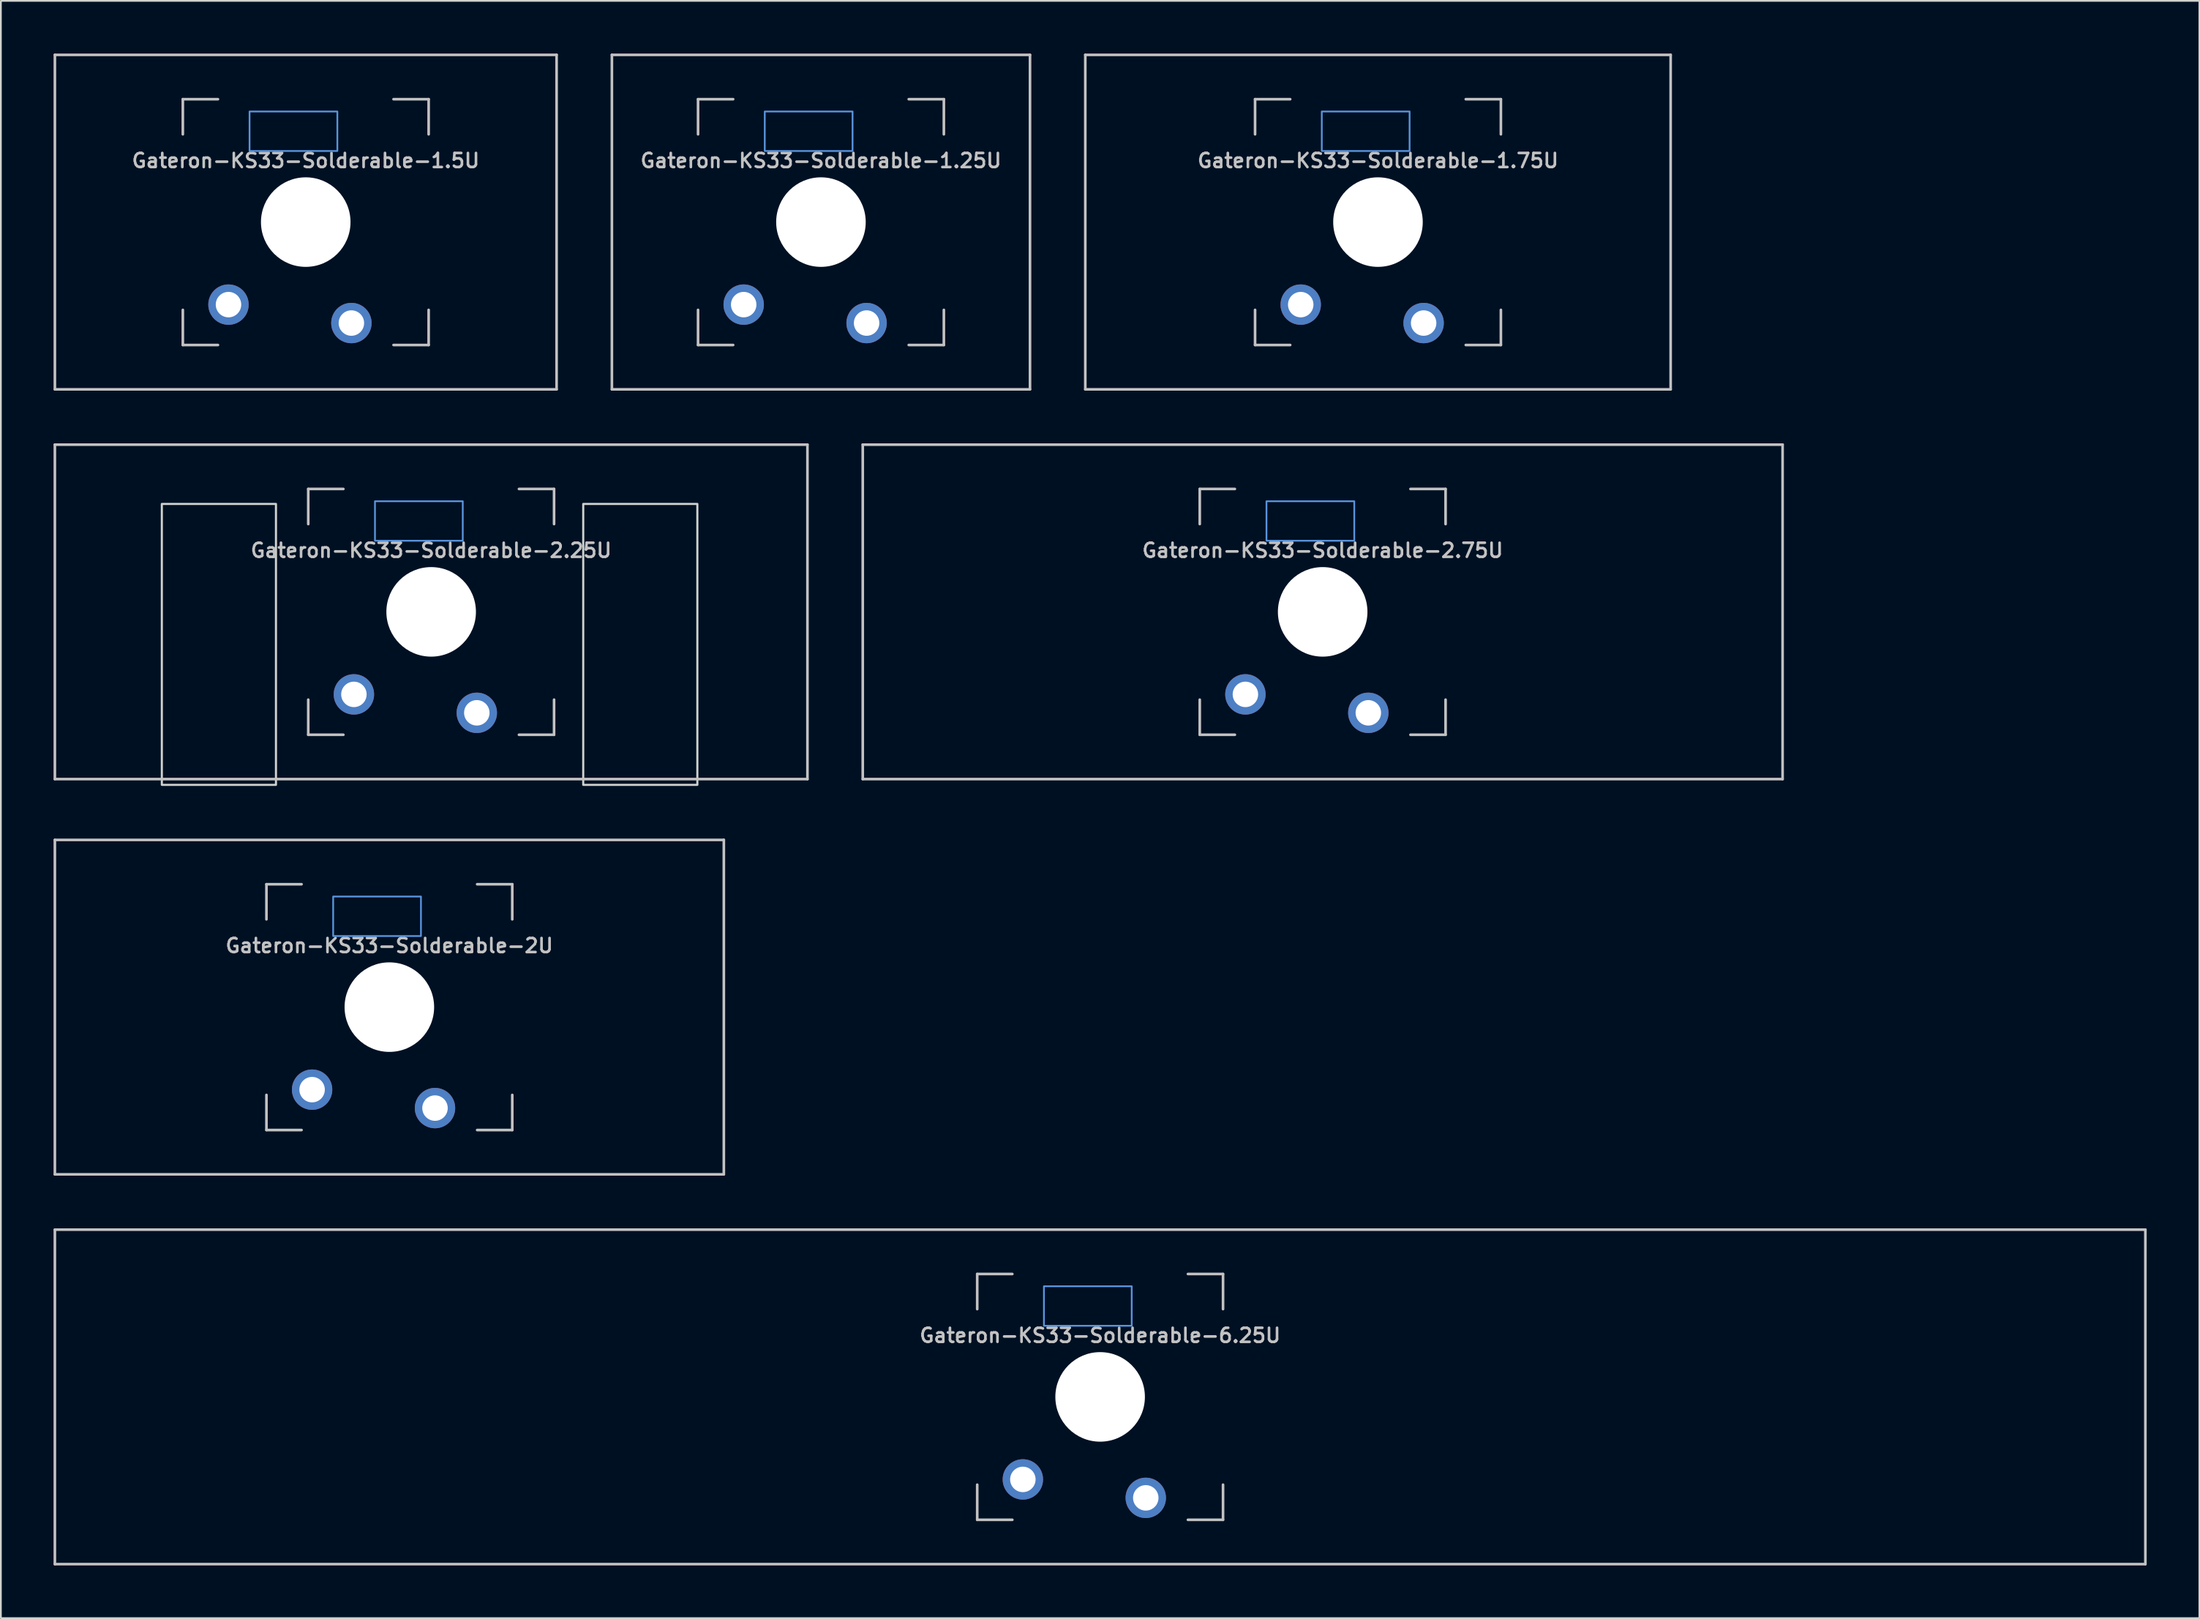
<source format=kicad_pcb>
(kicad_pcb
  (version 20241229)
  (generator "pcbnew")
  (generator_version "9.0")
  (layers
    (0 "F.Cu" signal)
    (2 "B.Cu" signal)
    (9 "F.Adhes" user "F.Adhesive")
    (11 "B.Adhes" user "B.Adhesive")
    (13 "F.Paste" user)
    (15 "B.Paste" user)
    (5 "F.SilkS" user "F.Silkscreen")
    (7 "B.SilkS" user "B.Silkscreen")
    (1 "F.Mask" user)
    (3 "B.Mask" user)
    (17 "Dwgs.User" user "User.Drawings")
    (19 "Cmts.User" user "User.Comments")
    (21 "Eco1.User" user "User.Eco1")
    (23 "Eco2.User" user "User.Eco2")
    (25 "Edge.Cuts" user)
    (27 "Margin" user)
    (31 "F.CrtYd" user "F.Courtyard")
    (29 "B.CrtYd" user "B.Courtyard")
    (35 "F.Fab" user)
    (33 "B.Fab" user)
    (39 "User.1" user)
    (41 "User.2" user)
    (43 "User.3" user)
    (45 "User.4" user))
  (footprint "Gateron-KS33-Solderable-1.5U"
    (layer "F.Cu")
    (at 14.363 9.6)
    (property "Reference" "Gateron-KS33-Solderable-1.5U" (at 0 -3.5 0) (layer "Dwgs.User") (effects (font (size 0.8 0.8) (thickness 0.15))))
    (attr through_hole)
    (fp_line (start -14.287 9.525) (end -14.287 -9.525) (stroke (width 0.15) (type solid)) (layer "Dwgs.User"))
    (fp_line (start -7 -7) (end -7 -5) (stroke (width 0.15) (type solid)) (layer "Dwgs.User"))
    (fp_line (start -7 5) (end -7 7) (stroke (width 0.15) (type solid)) (layer "Dwgs.User"))
    (fp_line (start -7 7) (end -5 7) (stroke (width 0.15) (type solid)) (layer "Dwgs.User"))
    (fp_line (start -5 -7) (end -7 -7) (stroke (width 0.15) (type solid)) (layer "Dwgs.User"))
    (fp_line (start 5 -7) (end 7 -7) (stroke (width 0.15) (type solid)) (layer "Dwgs.User"))
    (fp_line (start 5 7) (end 7 7) (stroke (width 0.15) (type solid)) (layer "Dwgs.User"))
    (fp_line (start 7 -7) (end 7 -5) (stroke (width 0.15) (type solid)) (layer "Dwgs.User"))
    (fp_line (start 7 7) (end 7 5) (stroke (width 0.15) (type solid)) (layer "Dwgs.User"))
    (fp_line (start 14.287 -9.525) (end -14.287 -9.525) (stroke (width 0.15) (type solid)) (layer "Dwgs.User"))
    (fp_line (start 14.287 9.525) (end -14.287 9.525) (stroke (width 0.15) (type solid)) (layer "Dwgs.User"))
    (fp_line (start 14.287 9.525) (end 14.287 -9.525) (stroke (width 0.15) (type solid)) (layer "Dwgs.User"))
    (fp_rect (start -3.2 -6.3) (end 1.8 -4.05) (stroke (width 0.1) (type default)) (fill no) (layer "Cmts.User"))
    (pad "" np_thru_hole circle (at 0 0 180) (size 5.1 5.1) (drill 5.1) (layers "*.Cu" "*.Mask"))
    (pad "1" thru_hole circle (at -4.4 4.7 180) (size 2.3 2.3) (drill 1.45) (layers "*.Cu" "B.Mask"))
    (pad "2" thru_hole circle (at 2.6 5.75 180) (size 2.3 2.3) (drill 1.45) (layers "*.Cu" "B.Mask")))
  (footprint "Gateron-KS33-Solderable-1.75U"
    (layer "F.Cu")
    (at 75.431 9.6)
    (property "Reference" "Gateron-KS33-Solderable-1.75U" (at 0 -3.5 0) (layer "Dwgs.User") (effects (font (size 0.8 0.8) (thickness 0.15))))
    (attr through_hole)
    (fp_line (start -16.669 9.525) (end -16.669 -9.525) (stroke (width 0.15) (type solid)) (layer "Dwgs.User"))
    (fp_line (start -7 -7) (end -7 -5) (stroke (width 0.15) (type solid)) (layer "Dwgs.User"))
    (fp_line (start -7 5) (end -7 7) (stroke (width 0.15) (type solid)) (layer "Dwgs.User"))
    (fp_line (start -7 7) (end -5 7) (stroke (width 0.15) (type solid)) (layer "Dwgs.User"))
    (fp_line (start -5 -7) (end -7 -7) (stroke (width 0.15) (type solid)) (layer "Dwgs.User"))
    (fp_line (start 5 -7) (end 7 -7) (stroke (width 0.15) (type solid)) (layer "Dwgs.User"))
    (fp_line (start 5 7) (end 7 7) (stroke (width 0.15) (type solid)) (layer "Dwgs.User"))
    (fp_line (start 7 -7) (end 7 -5) (stroke (width 0.15) (type solid)) (layer "Dwgs.User"))
    (fp_line (start 7 7) (end 7 5) (stroke (width 0.15) (type solid)) (layer "Dwgs.User"))
    (fp_line (start 16.669 -9.525) (end -16.669 -9.525) (stroke (width 0.15) (type solid)) (layer "Dwgs.User"))
    (fp_line (start 16.669 9.525) (end -16.669 9.525) (stroke (width 0.15) (type solid)) (layer "Dwgs.User"))
    (fp_line (start 16.669 9.525) (end 16.669 -9.525) (stroke (width 0.15) (type solid)) (layer "Dwgs.User"))
    (fp_rect (start -3.2 -6.3) (end 1.8 -4.05) (stroke (width 0.1) (type default)) (fill no) (layer "Cmts.User"))
    (pad "" np_thru_hole circle (at 0 0 180) (size 5.1 5.1) (drill 5.1) (layers "*.Cu" "*.Mask"))
    (pad "1" thru_hole circle (at -4.4 4.7 180) (size 2.3 2.3) (drill 1.45) (layers "*.Cu" "B.Mask"))
    (pad "2" thru_hole circle (at 2.6 5.75 180) (size 2.3 2.3) (drill 1.45) (layers "*.Cu" "B.Mask")))
  (footprint "Gateron-KS33-Solderable-2.25U"
    (layer "F.Cu")
    (at 21.506 31.8)
    (property "Reference" "Gateron-KS33-Solderable-2.25U" (at 0 -3.5 0) (layer "Dwgs.User") (effects (font (size 0.8 0.8) (thickness 0.15))))
    (attr through_hole)
    (fp_line (start -21.431 9.525) (end -21.431 -9.525) (stroke (width 0.15) (type solid)) (layer "Dwgs.User"))
    (fp_line (start -7 -7) (end -7 -5) (stroke (width 0.15) (type solid)) (layer "Dwgs.User"))
    (fp_line (start -7 5) (end -7 7) (stroke (width 0.15) (type solid)) (layer "Dwgs.User"))
    (fp_line (start -7 7) (end -5 7) (stroke (width 0.15) (type solid)) (layer "Dwgs.User"))
    (fp_line (start -5 -7) (end -7 -7) (stroke (width 0.15) (type solid)) (layer "Dwgs.User"))
    (fp_line (start 5 -7) (end 7 -7) (stroke (width 0.15) (type solid)) (layer "Dwgs.User"))
    (fp_line (start 5 7) (end 7 7) (stroke (width 0.15) (type solid)) (layer "Dwgs.User"))
    (fp_line (start 7 -7) (end 7 -5) (stroke (width 0.15) (type solid)) (layer "Dwgs.User"))
    (fp_line (start 7 7) (end 7 5) (stroke (width 0.15) (type solid)) (layer "Dwgs.User"))
    (fp_line (start 21.431 -9.525) (end -21.431 -9.525) (stroke (width 0.15) (type solid)) (layer "Dwgs.User"))
    (fp_line (start 21.431 9.525) (end -21.431 9.525) (stroke (width 0.15) (type solid)) (layer "Dwgs.User"))
    (fp_line (start 21.431 9.525) (end 21.431 -9.525) (stroke (width 0.15) (type solid)) (layer "Dwgs.User"))
    (fp_rect (start -3.2 -6.3) (end 1.8 -4.05) (stroke (width 0.1) (type default)) (fill no) (layer "Cmts.User"))
    (fp_rect (start -8.839 9.853) (end -15.339 -6.147) (stroke (width 0.12) (type default)) (fill no) (layer "Edge.Cuts"))
    (fp_rect (start 8.661 9.853) (end 15.161 -6.147) (stroke (width 0.12) (type default)) (fill no) (layer "Edge.Cuts"))
    (pad "" np_thru_hole circle (at 0 0 180) (size 5.1 5.1) (drill 5.1) (layers "*.Cu" "*.Mask"))
    (pad "1" thru_hole circle (at -4.4 4.7 180) (size 2.3 2.3) (drill 1.45) (layers "*.Cu" "B.Mask"))
    (pad "2" thru_hole circle (at 2.6 5.75 180) (size 2.3 2.3) (drill 1.45) (layers "*.Cu" "B.Mask")))
  (footprint "Gateron-KS33-Solderable-2.75U"
    (layer "F.Cu")
    (at 72.281 31.8)
    (property "Reference" "Gateron-KS33-Solderable-2.75U" (at 0 -3.5 0) (layer "Dwgs.User") (effects (font (size 0.8 0.8) (thickness 0.15))))
    (attr through_hole)
    (fp_line (start -26.194 9.525) (end -26.194 -9.525) (stroke (width 0.15) (type solid)) (layer "Dwgs.User"))
    (fp_line (start -7 -7) (end -7 -5) (stroke (width 0.15) (type solid)) (layer "Dwgs.User"))
    (fp_line (start -7 5) (end -7 7) (stroke (width 0.15) (type solid)) (layer "Dwgs.User"))
    (fp_line (start -7 7) (end -5 7) (stroke (width 0.15) (type solid)) (layer "Dwgs.User"))
    (fp_line (start -5 -7) (end -7 -7) (stroke (width 0.15) (type solid)) (layer "Dwgs.User"))
    (fp_line (start 5 -7) (end 7 -7) (stroke (width 0.15) (type solid)) (layer "Dwgs.User"))
    (fp_line (start 5 7) (end 7 7) (stroke (width 0.15) (type solid)) (layer "Dwgs.User"))
    (fp_line (start 7 -7) (end 7 -5) (stroke (width 0.15) (type solid)) (layer "Dwgs.User"))
    (fp_line (start 7 7) (end 7 5) (stroke (width 0.15) (type solid)) (layer "Dwgs.User"))
    (fp_line (start 26.194 -9.525) (end -26.194 -9.525) (stroke (width 0.15) (type solid)) (layer "Dwgs.User"))
    (fp_line (start 26.194 9.525) (end -26.194 9.525) (stroke (width 0.15) (type solid)) (layer "Dwgs.User"))
    (fp_line (start 26.194 9.525) (end 26.194 -9.525) (stroke (width 0.15) (type solid)) (layer "Dwgs.User"))
    (fp_rect (start -3.2 -6.3) (end 1.8 -4.05) (stroke (width 0.1) (type default)) (fill no) (layer "Cmts.User"))
    (pad "" np_thru_hole circle (at 0 0 180) (size 5.1 5.1) (drill 5.1) (layers "*.Cu" "*.Mask"))
    (pad "1" thru_hole circle (at -4.4 4.7 180) (size 2.3 2.3) (drill 1.45) (layers "*.Cu" "B.Mask"))
    (pad "2" thru_hole circle (at 2.6 5.75 180) (size 2.3 2.3) (drill 1.45) (layers "*.Cu" "B.Mask")))
  (footprint "Gateron-KS33-Solderable-6.25U"
    (layer "F.Cu")
    (at 59.606 76.513)
    (property "Reference" "Gateron-KS33-Solderable-6.25U" (at 0 -3.5 0) (layer "Dwgs.User") (effects (font (size 0.8 0.8) (thickness 0.15))))
    (attr through_hole)
    (fp_line (start -59.531 9.525) (end -59.531 -9.525) (stroke (width 0.15) (type solid)) (layer "Dwgs.User"))
    (fp_line (start -7 -7) (end -7 -5) (stroke (width 0.15) (type solid)) (layer "Dwgs.User"))
    (fp_line (start -7 5) (end -7 7) (stroke (width 0.15) (type solid)) (layer "Dwgs.User"))
    (fp_line (start -7 7) (end -5 7) (stroke (width 0.15) (type solid)) (layer "Dwgs.User"))
    (fp_line (start -5 -7) (end -7 -7) (stroke (width 0.15) (type solid)) (layer "Dwgs.User"))
    (fp_line (start 5 -7) (end 7 -7) (stroke (width 0.15) (type solid)) (layer "Dwgs.User"))
    (fp_line (start 5 7) (end 7 7) (stroke (width 0.15) (type solid)) (layer "Dwgs.User"))
    (fp_line (start 7 -7) (end 7 -5) (stroke (width 0.15) (type solid)) (layer "Dwgs.User"))
    (fp_line (start 7 7) (end 7 5) (stroke (width 0.15) (type solid)) (layer "Dwgs.User"))
    (fp_line (start 59.531 -9.525) (end -59.531 -9.525) (stroke (width 0.15) (type solid)) (layer "Dwgs.User"))
    (fp_line (start 59.531 9.525) (end -59.531 9.525) (stroke (width 0.15) (type solid)) (layer "Dwgs.User"))
    (fp_line (start 59.531 9.525) (end 59.531 -9.525) (stroke (width 0.15) (type solid)) (layer "Dwgs.User"))
    (fp_rect (start -3.2 -6.3) (end 1.8 -4.05) (stroke (width 0.1) (type default)) (fill no) (layer "Cmts.User"))
    (pad "" np_thru_hole circle (at 0 0 180) (size 5.1 5.1) (drill 5.1) (layers "*.Cu" "*.Mask"))
    (pad "1" thru_hole circle (at -4.4 4.7 180) (size 2.3 2.3) (drill 1.45) (layers "*.Cu" "B.Mask"))
    (pad "2" thru_hole circle (at 2.6 5.75 180) (size 2.3 2.3) (drill 1.45) (layers "*.Cu" "B.Mask")))
  (footprint "Gateron-KS33-Solderable-1.25U"
    (layer "F.Cu")
    (at 43.706 9.6)
    (property "Reference" "Gateron-KS33-Solderable-1.25U" (at 0 -3.5 0) (layer "Dwgs.User") (effects (font (size 0.8 0.8) (thickness 0.15))))
    (attr through_hole)
    (fp_line (start -11.906 9.525) (end -11.906 -9.525) (stroke (width 0.15) (type solid)) (layer "Dwgs.User"))
    (fp_line (start -7 -7) (end -7 -5) (stroke (width 0.15) (type solid)) (layer "Dwgs.User"))
    (fp_line (start -7 5) (end -7 7) (stroke (width 0.15) (type solid)) (layer "Dwgs.User"))
    (fp_line (start -7 7) (end -5 7) (stroke (width 0.15) (type solid)) (layer "Dwgs.User"))
    (fp_line (start -5 -7) (end -7 -7) (stroke (width 0.15) (type solid)) (layer "Dwgs.User"))
    (fp_line (start 5 -7) (end 7 -7) (stroke (width 0.15) (type solid)) (layer "Dwgs.User"))
    (fp_line (start 5 7) (end 7 7) (stroke (width 0.15) (type solid)) (layer "Dwgs.User"))
    (fp_line (start 7 -7) (end 7 -5) (stroke (width 0.15) (type solid)) (layer "Dwgs.User"))
    (fp_line (start 7 7) (end 7 5) (stroke (width 0.15) (type solid)) (layer "Dwgs.User"))
    (fp_line (start 11.906 -9.525) (end -11.906 -9.525) (stroke (width 0.15) (type solid)) (layer "Dwgs.User"))
    (fp_line (start 11.906 9.525) (end -11.906 9.525) (stroke (width 0.15) (type solid)) (layer "Dwgs.User"))
    (fp_line (start 11.906 9.525) (end 11.906 -9.525) (stroke (width 0.15) (type solid)) (layer "Dwgs.User"))
    (fp_rect (start -3.2 -6.3) (end 1.8 -4.05) (stroke (width 0.1) (type default)) (fill no) (layer "Cmts.User"))
    (pad "" np_thru_hole circle (at 0 0 180) (size 5.1 5.1) (drill 5.1) (layers "*.Cu" "*.Mask"))
    (pad "1" thru_hole circle (at -4.4 4.7 180) (size 2.3 2.3) (drill 1.45) (layers "*.Cu" "B.Mask"))
    (pad "2" thru_hole circle (at 2.6 5.75 180) (size 2.3 2.3) (drill 1.45) (layers "*.Cu" "B.Mask")))
  (footprint "Gateron-KS33-Solderable-2U"
    (layer "F.Cu")
    (at 19.125 54.313)
    (property "Reference" "Gateron-KS33-Solderable-2U" (at 0 -3.5 0) (layer "Dwgs.User") (effects (font (size 0.8 0.8) (thickness 0.15))))
    (attr through_hole)
    (fp_line (start -19.05 9.525) (end -19.05 -9.525) (stroke (width 0.15) (type solid)) (layer "Dwgs.User"))
    (fp_line (start -7 -7) (end -7 -5) (stroke (width 0.15) (type solid)) (layer "Dwgs.User"))
    (fp_line (start -7 5) (end -7 7) (stroke (width 0.15) (type solid)) (layer "Dwgs.User"))
    (fp_line (start -7 7) (end -5 7) (stroke (width 0.15) (type solid)) (layer "Dwgs.User"))
    (fp_line (start -5 -7) (end -7 -7) (stroke (width 0.15) (type solid)) (layer "Dwgs.User"))
    (fp_line (start 5 -7) (end 7 -7) (stroke (width 0.15) (type solid)) (layer "Dwgs.User"))
    (fp_line (start 5 7) (end 7 7) (stroke (width 0.15) (type solid)) (layer "Dwgs.User"))
    (fp_line (start 7 -7) (end 7 -5) (stroke (width 0.15) (type solid)) (layer "Dwgs.User"))
    (fp_line (start 7 7) (end 7 5) (stroke (width 0.15) (type solid)) (layer "Dwgs.User"))
    (fp_line (start 19.05 -9.525) (end -19.05 -9.525) (stroke (width 0.15) (type solid)) (layer "Dwgs.User"))
    (fp_line (start 19.05 9.525) (end -19.05 9.525) (stroke (width 0.15) (type solid)) (layer "Dwgs.User"))
    (fp_line (start 19.05 9.525) (end 19.05 -9.525) (stroke (width 0.15) (type solid)) (layer "Dwgs.User"))
    (fp_rect (start -3.2 -6.3) (end 1.8 -4.05) (stroke (width 0.1) (type default)) (fill no) (layer "Cmts.User"))
    (pad "" np_thru_hole circle (at 0 0 180) (size 5.1 5.1) (drill 5.1) (layers "*.Cu" "*.Mask"))
    (pad "1" thru_hole circle (at -4.4 4.7 180) (size 2.3 2.3) (drill 1.45) (layers "*.Cu" "B.Mask"))
    (pad "2" thru_hole circle (at 2.6 5.75 180) (size 2.3 2.3) (drill 1.45) (layers "*.Cu" "B.Mask")))
  (gr_rect
    (start -3 -3)
    (end 122.213 89.113)
    (stroke (width 0.1) (type default))
    (fill no)
    (layer "Edge.Cuts")))
</source>
